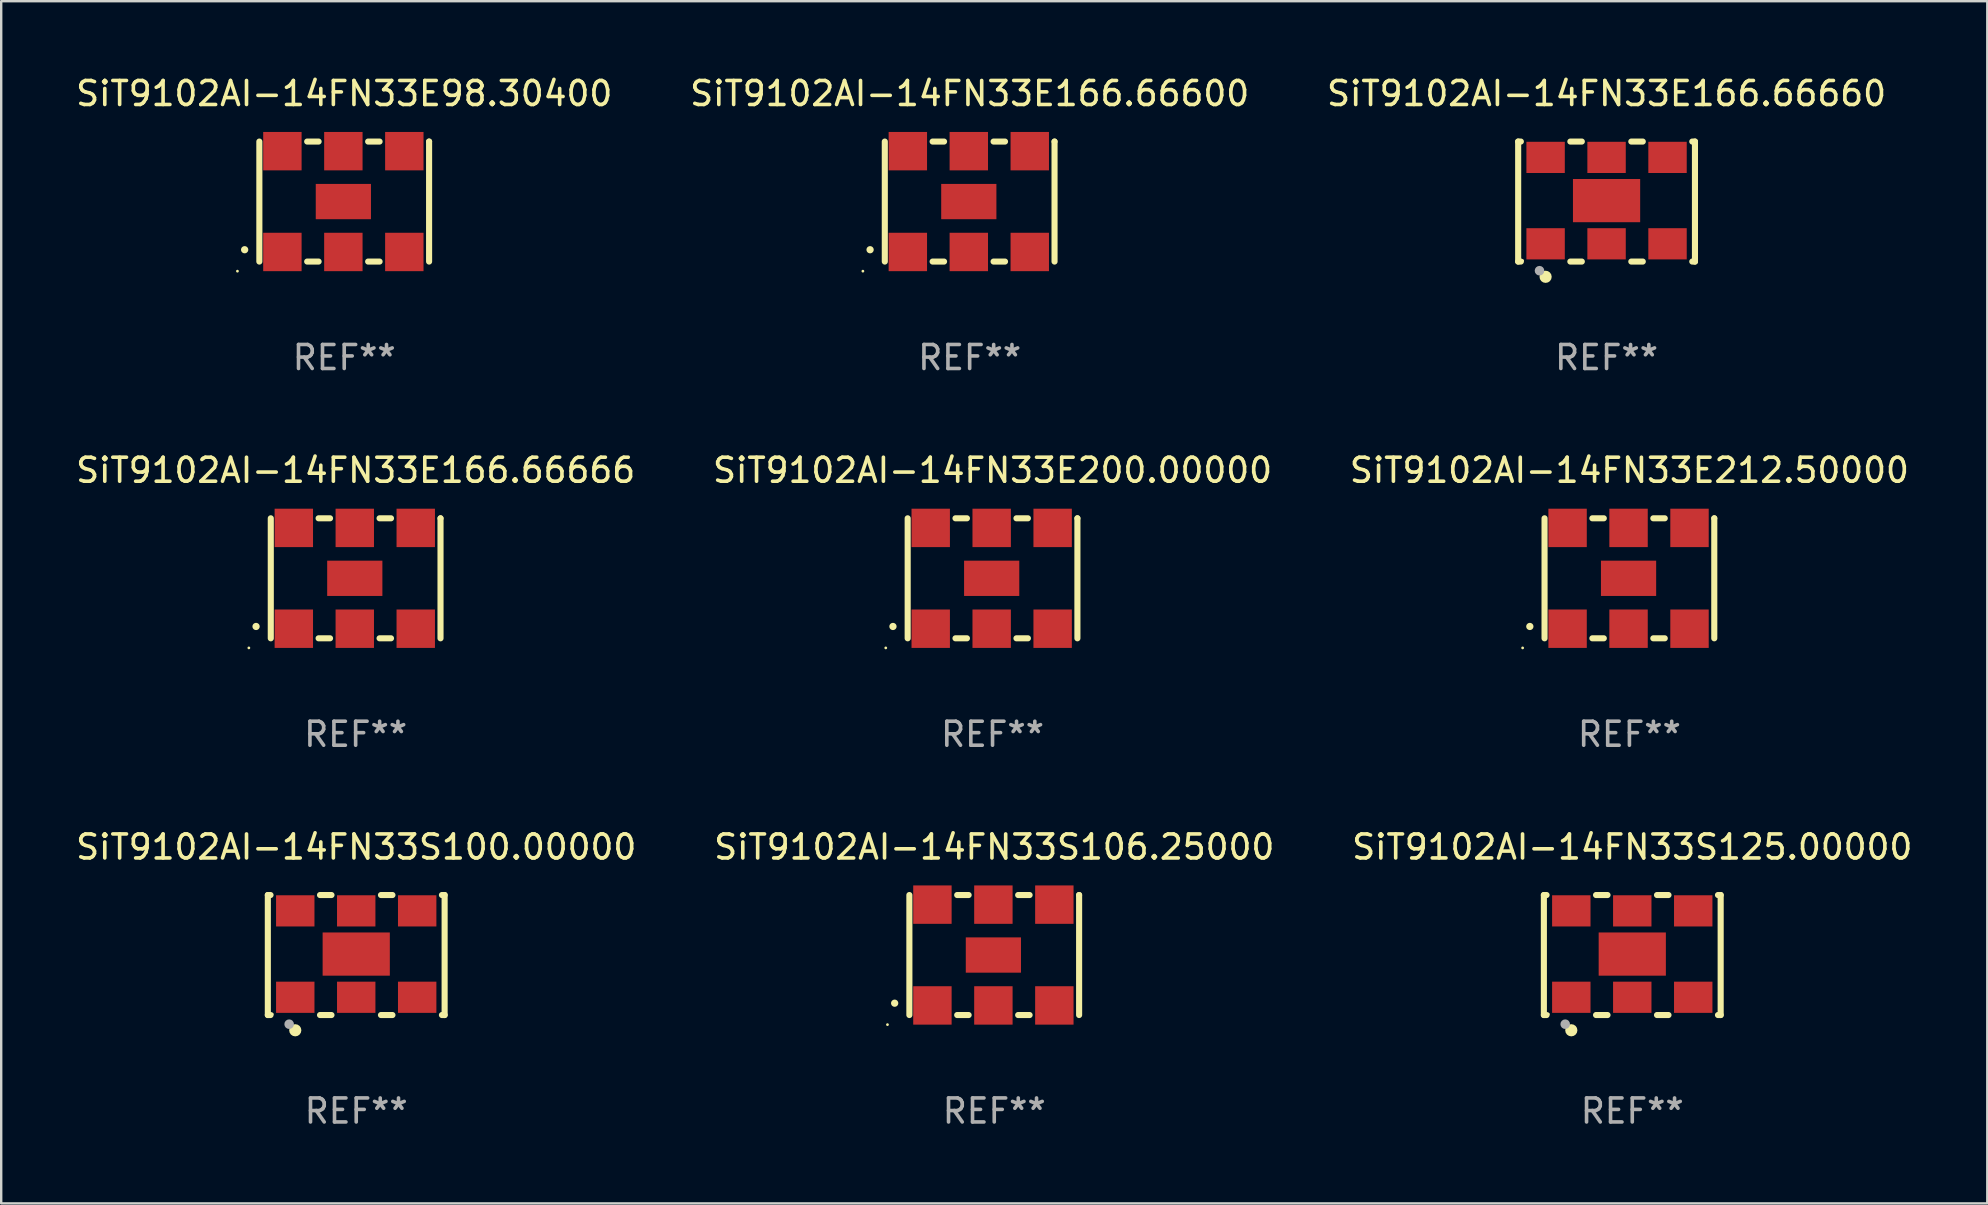
<source format=kicad_pcb>
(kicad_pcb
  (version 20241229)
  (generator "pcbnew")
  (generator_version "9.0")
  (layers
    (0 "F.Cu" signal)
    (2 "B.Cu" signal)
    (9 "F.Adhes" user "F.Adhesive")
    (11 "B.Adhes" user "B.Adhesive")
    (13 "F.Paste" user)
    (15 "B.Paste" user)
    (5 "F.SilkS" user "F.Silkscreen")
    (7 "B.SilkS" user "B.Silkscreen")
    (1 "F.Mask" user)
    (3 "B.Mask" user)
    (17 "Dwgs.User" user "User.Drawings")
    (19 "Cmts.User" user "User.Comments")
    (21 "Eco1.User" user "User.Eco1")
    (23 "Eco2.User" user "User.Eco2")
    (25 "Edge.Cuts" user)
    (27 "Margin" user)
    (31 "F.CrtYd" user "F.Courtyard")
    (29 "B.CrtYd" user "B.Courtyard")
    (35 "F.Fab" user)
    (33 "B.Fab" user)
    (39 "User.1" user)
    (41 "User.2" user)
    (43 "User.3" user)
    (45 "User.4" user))
  (footprint "SiT9102AI-14FN33E166.66600"
    (layer "F.Cu")
    (at 37.351 5.348)
    (property "Reference" "SiT9102AI-14FN33E166.66600" (at 0 -4.5 0) (layer "F.SilkS") (effects (font (size 1 1) (thickness 0.15))))
    (attr through_hole)
    (fp_line (start -3.536 -2.5) (end -3.536 2.5) (stroke (width 0.254) (type solid)) (layer "F.SilkS"))
    (fp_line (start -1.544 2.5) (end -1.067 2.5) (stroke (width 0.254) (type solid)) (layer "F.SilkS"))
    (fp_line (start -1.067 -2.5) (end -1.544 -2.5) (stroke (width 0.254) (type solid)) (layer "F.SilkS"))
    (fp_line (start 0.996 2.5) (end 1.473 2.5) (stroke (width 0.254) (type solid)) (layer "F.SilkS"))
    (fp_line (start 1.473 -2.5) (end 0.996 -2.5) (stroke (width 0.254) (type solid)) (layer "F.SilkS"))
    (fp_line (start 3.536 -2.5) (end 3.536 -2.5) (stroke (width 0.254) (type solid)) (layer "F.SilkS"))
    (fp_line (start 3.536 2.5) (end 3.536 -2.5) (stroke (width 0.254) (type solid)) (layer "F.SilkS"))
    (fp_arc (start -4.150432 2.006604) (mid -4.149162 2.006599) (end -4.147892 2.006604) (stroke (width 0.3) (type solid)) (layer "F.SilkS"))
    (fp_circle (center -4.449 2.9) (end -4.419 2.9) (stroke (width 0.06) (type solid)) (fill no) (layer "F.SilkS"))
    (fp_text user "REF**" (at 0 6.5 0) (layer "F.Fab") (effects (font (size 1 1) (thickness 0.15))))
    (pad "1" smd rect (at -2.576 2.1) (size 1.6 1.6) (layers "F.Cu" "F.Mask" "F.Paste"))
    (pad "2" smd rect (at -0.036 2.1) (size 1.6 1.6) (layers "F.Cu" "F.Mask" "F.Paste"))
    (pad "3" smd rect (at 2.504 2.1) (size 1.6 1.6) (layers "F.Cu" "F.Mask" "F.Paste"))
    (pad "4" smd rect (at 2.504 -2.1) (size 1.6 1.6) (layers "F.Cu" "F.Mask" "F.Paste"))
    (pad "5" smd rect (at -0.036 -2.1) (size 1.6 1.6) (layers "F.Cu" "F.Mask" "F.Paste"))
    (pad "6" smd rect (at -2.576 -2.1) (size 1.6 1.6) (layers "F.Cu" "F.Mask" "F.Paste"))
    (pad "7" smd rect (at -0.036 0) (size 2.3 1.47) (layers "F.Cu" "F.Mask" "F.Paste")))
  (footprint "SiT9102AI-14FN33E166.66660"
    (layer "F.Cu")
    (at 63.887 5.348)
    (property "Reference" "SiT9102AI-14FN33E166.66660" (at 0 -4.5 0) (layer "F.SilkS") (effects (font (size 1 1) (thickness 0.15))))
    (attr through_hole)
    (fp_line (start -3.683 -2.5) (end -3.571 -2.5) (stroke (width 0.254) (type solid)) (layer "F.SilkS"))
    (fp_line (start -3.683 2.5) (end -3.683 -2.5) (stroke (width 0.254) (type solid)) (layer "F.SilkS"))
    (fp_line (start -3.683 2.5) (end -3.571 2.5) (stroke (width 0.254) (type solid)) (layer "F.SilkS"))
    (fp_line (start -1.509 -2.5) (end -1.031 -2.5) (stroke (width 0.254) (type solid)) (layer "F.SilkS"))
    (fp_line (start -1.509 2.5) (end -1.031 2.5) (stroke (width 0.254) (type solid)) (layer "F.SilkS"))
    (fp_line (start 1.031 -2.5) (end 1.509 -2.5) (stroke (width 0.254) (type solid)) (layer "F.SilkS"))
    (fp_line (start 1.031 2.5) (end 1.509 2.5) (stroke (width 0.254) (type solid)) (layer "F.SilkS"))
    (fp_line (start 3.571 -2.5) (end 3.683 -2.5) (stroke (width 0.254) (type solid)) (layer "F.SilkS"))
    (fp_line (start 3.571 2.5) (end 3.683 2.5) (stroke (width 0.254) (type solid)) (layer "F.SilkS"))
    (fp_line (start 3.683 2.5) (end 3.683 -2.5) (stroke (width 0.254) (type solid)) (layer "F.SilkS"))
    (fp_circle (center -3.5 2.46) (end -3.47 2.46) (stroke (width 0.06) (type solid)) (fill no) (layer "F.SilkS"))
    (fp_circle (center -2.54 3.135) (end -2.413 3.135) (stroke (width 0.254) (type solid)) (fill no) (layer "F.SilkS"))
    (fp_circle (center -2.794 2.881) (end -2.694 2.881) (stroke (width 0.2) (type solid)) (fill no) (layer "F.Fab"))
    (fp_text user "REF**" (at 0 6.5 0) (layer "F.Fab") (effects (font (size 1 1) (thickness 0.15))))
    (pad "1" smd rect (at -2.54 1.76) (size 1.6 1.3) (layers "F.Cu" "F.Mask" "F.Paste"))
    (pad "2" smd rect (at 0 1.76) (size 1.6 1.3) (layers "F.Cu" "F.Mask" "F.Paste"))
    (pad "3" smd rect (at 2.54 1.76) (size 1.6 1.3) (layers "F.Cu" "F.Mask" "F.Paste"))
    (pad "4" smd rect (at 2.54 -1.84) (size 1.6 1.3) (layers "F.Cu" "F.Mask" "F.Paste"))
    (pad "5" smd rect (at 0 -1.84) (size 1.6 1.3) (layers "F.Cu" "F.Mask" "F.Paste"))
    (pad "6" smd rect (at -2.54 -1.84) (size 1.6 1.3) (layers "F.Cu" "F.Mask" "F.Paste"))
    (pad "7" smd rect (at 0 -0.04) (size 2.8 1.8) (layers "F.Cu" "F.Mask" "F.Paste")))
  (footprint "SiT9102AI-14FN33S106.25000"
    (layer "F.Cu")
    (at 38.375 36.741)
    (property "Reference" "SiT9102AI-14FN33S106.25000" (at 0 -4.5 0) (layer "F.SilkS") (effects (font (size 1 1) (thickness 0.15))))
    (attr through_hole)
    (fp_line (start -3.536 -2.5) (end -3.536 2.5) (stroke (width 0.254) (type solid)) (layer "F.SilkS"))
    (fp_line (start -1.544 2.5) (end -1.067 2.5) (stroke (width 0.254) (type solid)) (layer "F.SilkS"))
    (fp_line (start -1.067 -2.5) (end -1.544 -2.5) (stroke (width 0.254) (type solid)) (layer "F.SilkS"))
    (fp_line (start 0.996 2.5) (end 1.473 2.5) (stroke (width 0.254) (type solid)) (layer "F.SilkS"))
    (fp_line (start 1.473 -2.5) (end 0.996 -2.5) (stroke (width 0.254) (type solid)) (layer "F.SilkS"))
    (fp_line (start 3.536 -2.5) (end 3.536 -2.5) (stroke (width 0.254) (type solid)) (layer "F.SilkS"))
    (fp_line (start 3.536 2.5) (end 3.536 -2.5) (stroke (width 0.254) (type solid)) (layer "F.SilkS"))
    (fp_arc (start -4.150432 2.006604) (mid -4.149162 2.006599) (end -4.147892 2.006604) (stroke (width 0.3) (type solid)) (layer "F.SilkS"))
    (fp_circle (center -4.449 2.9) (end -4.419 2.9) (stroke (width 0.06) (type solid)) (fill no) (layer "F.SilkS"))
    (fp_text user "REF**" (at 0 6.5 0) (layer "F.Fab") (effects (font (size 1 1) (thickness 0.15))))
    (pad "1" smd rect (at -2.576 2.1) (size 1.6 1.6) (layers "F.Cu" "F.Mask" "F.Paste"))
    (pad "2" smd rect (at -0.036 2.1) (size 1.6 1.6) (layers "F.Cu" "F.Mask" "F.Paste"))
    (pad "3" smd rect (at 2.504 2.1) (size 1.6 1.6) (layers "F.Cu" "F.Mask" "F.Paste"))
    (pad "4" smd rect (at 2.504 -2.1) (size 1.6 1.6) (layers "F.Cu" "F.Mask" "F.Paste"))
    (pad "5" smd rect (at -0.036 -2.1) (size 1.6 1.6) (layers "F.Cu" "F.Mask" "F.Paste"))
    (pad "6" smd rect (at -2.576 -2.1) (size 1.6 1.6) (layers "F.Cu" "F.Mask" "F.Paste"))
    (pad "7" smd rect (at -0.036 0) (size 2.3 1.47) (layers "F.Cu" "F.Mask" "F.Paste")))
  (footprint "SiT9102AI-14FN33E98.30400"
    (layer "F.Cu")
    (at 11.292 5.348)
    (property "Reference" "SiT9102AI-14FN33E98.30400" (at 0 -4.5 0) (layer "F.SilkS") (effects (font (size 1 1) (thickness 0.15))))
    (attr through_hole)
    (fp_line (start -3.536 -2.5) (end -3.536 2.5) (stroke (width 0.254) (type solid)) (layer "F.SilkS"))
    (fp_line (start -1.544 2.5) (end -1.067 2.5) (stroke (width 0.254) (type solid)) (layer "F.SilkS"))
    (fp_line (start -1.067 -2.5) (end -1.544 -2.5) (stroke (width 0.254) (type solid)) (layer "F.SilkS"))
    (fp_line (start 0.996 2.5) (end 1.473 2.5) (stroke (width 0.254) (type solid)) (layer "F.SilkS"))
    (fp_line (start 1.473 -2.5) (end 0.996 -2.5) (stroke (width 0.254) (type solid)) (layer "F.SilkS"))
    (fp_line (start 3.536 -2.5) (end 3.536 -2.5) (stroke (width 0.254) (type solid)) (layer "F.SilkS"))
    (fp_line (start 3.536 2.5) (end 3.536 -2.5) (stroke (width 0.254) (type solid)) (layer "F.SilkS"))
    (fp_arc (start -4.150432 2.006604) (mid -4.149162 2.006599) (end -4.147892 2.006604) (stroke (width 0.3) (type solid)) (layer "F.SilkS"))
    (fp_circle (center -4.449 2.9) (end -4.419 2.9) (stroke (width 0.06) (type solid)) (fill no) (layer "F.SilkS"))
    (fp_text user "REF**" (at 0 6.5 0) (layer "F.Fab") (effects (font (size 1 1) (thickness 0.15))))
    (pad "1" smd rect (at -2.576 2.1) (size 1.6 1.6) (layers "F.Cu" "F.Mask" "F.Paste"))
    (pad "2" smd rect (at -0.036 2.1) (size 1.6 1.6) (layers "F.Cu" "F.Mask" "F.Paste"))
    (pad "3" smd rect (at 2.504 2.1) (size 1.6 1.6) (layers "F.Cu" "F.Mask" "F.Paste"))
    (pad "4" smd rect (at 2.504 -2.1) (size 1.6 1.6) (layers "F.Cu" "F.Mask" "F.Paste"))
    (pad "5" smd rect (at -0.036 -2.1) (size 1.6 1.6) (layers "F.Cu" "F.Mask" "F.Paste"))
    (pad "6" smd rect (at -2.576 -2.1) (size 1.6 1.6) (layers "F.Cu" "F.Mask" "F.Paste"))
    (pad "7" smd rect (at -0.036 0) (size 2.3 1.47) (layers "F.Cu" "F.Mask" "F.Paste")))
  (footprint "SiT9102AI-14FN33E166.66666"
    (layer "F.Cu")
    (at 11.768 21.045)
    (property "Reference" "SiT9102AI-14FN33E166.66666" (at 0 -4.5 0) (layer "F.SilkS") (effects (font (size 1 1) (thickness 0.15))))
    (attr through_hole)
    (fp_line (start -3.536 -2.5) (end -3.536 2.5) (stroke (width 0.254) (type solid)) (layer "F.SilkS"))
    (fp_line (start -1.544 2.5) (end -1.067 2.5) (stroke (width 0.254) (type solid)) (layer "F.SilkS"))
    (fp_line (start -1.067 -2.5) (end -1.544 -2.5) (stroke (width 0.254) (type solid)) (layer "F.SilkS"))
    (fp_line (start 0.996 2.5) (end 1.473 2.5) (stroke (width 0.254) (type solid)) (layer "F.SilkS"))
    (fp_line (start 1.473 -2.5) (end 0.996 -2.5) (stroke (width 0.254) (type solid)) (layer "F.SilkS"))
    (fp_line (start 3.536 -2.5) (end 3.536 -2.5) (stroke (width 0.254) (type solid)) (layer "F.SilkS"))
    (fp_line (start 3.536 2.5) (end 3.536 -2.5) (stroke (width 0.254) (type solid)) (layer "F.SilkS"))
    (fp_arc (start -4.150432 2.006604) (mid -4.149162 2.006599) (end -4.147892 2.006604) (stroke (width 0.3) (type solid)) (layer "F.SilkS"))
    (fp_circle (center -4.449 2.9) (end -4.419 2.9) (stroke (width 0.06) (type solid)) (fill no) (layer "F.SilkS"))
    (fp_text user "REF**" (at 0 6.5 0) (layer "F.Fab") (effects (font (size 1 1) (thickness 0.15))))
    (pad "1" smd rect (at -2.576 2.1) (size 1.6 1.6) (layers "F.Cu" "F.Mask" "F.Paste"))
    (pad "2" smd rect (at -0.036 2.1) (size 1.6 1.6) (layers "F.Cu" "F.Mask" "F.Paste"))
    (pad "3" smd rect (at 2.504 2.1) (size 1.6 1.6) (layers "F.Cu" "F.Mask" "F.Paste"))
    (pad "4" smd rect (at 2.504 -2.1) (size 1.6 1.6) (layers "F.Cu" "F.Mask" "F.Paste"))
    (pad "5" smd rect (at -0.036 -2.1) (size 1.6 1.6) (layers "F.Cu" "F.Mask" "F.Paste"))
    (pad "6" smd rect (at -2.576 -2.1) (size 1.6 1.6) (layers "F.Cu" "F.Mask" "F.Paste"))
    (pad "7" smd rect (at -0.036 0) (size 2.3 1.47) (layers "F.Cu" "F.Mask" "F.Paste")))
  (footprint "SiT9102AI-14FN33E200.00000"
    (layer "F.Cu")
    (at 38.304 21.045)
    (property "Reference" "SiT9102AI-14FN33E200.00000" (at 0 -4.5 0) (layer "F.SilkS") (effects (font (size 1 1) (thickness 0.15))))
    (attr through_hole)
    (fp_line (start -3.536 -2.5) (end -3.536 2.5) (stroke (width 0.254) (type solid)) (layer "F.SilkS"))
    (fp_line (start -1.544 2.5) (end -1.067 2.5) (stroke (width 0.254) (type solid)) (layer "F.SilkS"))
    (fp_line (start -1.067 -2.5) (end -1.544 -2.5) (stroke (width 0.254) (type solid)) (layer "F.SilkS"))
    (fp_line (start 0.996 2.5) (end 1.473 2.5) (stroke (width 0.254) (type solid)) (layer "F.SilkS"))
    (fp_line (start 1.473 -2.5) (end 0.996 -2.5) (stroke (width 0.254) (type solid)) (layer "F.SilkS"))
    (fp_line (start 3.536 -2.5) (end 3.536 -2.5) (stroke (width 0.254) (type solid)) (layer "F.SilkS"))
    (fp_line (start 3.536 2.5) (end 3.536 -2.5) (stroke (width 0.254) (type solid)) (layer "F.SilkS"))
    (fp_arc (start -4.150432 2.006604) (mid -4.149162 2.006599) (end -4.147892 2.006604) (stroke (width 0.3) (type solid)) (layer "F.SilkS"))
    (fp_circle (center -4.449 2.9) (end -4.419 2.9) (stroke (width 0.06) (type solid)) (fill no) (layer "F.SilkS"))
    (fp_text user "REF**" (at 0 6.5 0) (layer "F.Fab") (effects (font (size 1 1) (thickness 0.15))))
    (pad "1" smd rect (at -2.576 2.1) (size 1.6 1.6) (layers "F.Cu" "F.Mask" "F.Paste"))
    (pad "2" smd rect (at -0.036 2.1) (size 1.6 1.6) (layers "F.Cu" "F.Mask" "F.Paste"))
    (pad "3" smd rect (at 2.504 2.1) (size 1.6 1.6) (layers "F.Cu" "F.Mask" "F.Paste"))
    (pad "4" smd rect (at 2.504 -2.1) (size 1.6 1.6) (layers "F.Cu" "F.Mask" "F.Paste"))
    (pad "5" smd rect (at -0.036 -2.1) (size 1.6 1.6) (layers "F.Cu" "F.Mask" "F.Paste"))
    (pad "6" smd rect (at -2.576 -2.1) (size 1.6 1.6) (layers "F.Cu" "F.Mask" "F.Paste"))
    (pad "7" smd rect (at -0.036 0) (size 2.3 1.47) (layers "F.Cu" "F.Mask" "F.Paste")))
  (footprint "SiT9102AI-14FN33S100.00000"
    (layer "F.Cu")
    (at 11.792 36.741)
    (property "Reference" "SiT9102AI-14FN33S100.00000" (at 0 -4.5 0) (layer "F.SilkS") (effects (font (size 1 1) (thickness 0.15))))
    (attr through_hole)
    (fp_line (start -3.683 -2.5) (end -3.571 -2.5) (stroke (width 0.254) (type solid)) (layer "F.SilkS"))
    (fp_line (start -3.683 2.5) (end -3.683 -2.5) (stroke (width 0.254) (type solid)) (layer "F.SilkS"))
    (fp_line (start -3.683 2.5) (end -3.571 2.5) (stroke (width 0.254) (type solid)) (layer "F.SilkS"))
    (fp_line (start -1.509 -2.5) (end -1.031 -2.5) (stroke (width 0.254) (type solid)) (layer "F.SilkS"))
    (fp_line (start -1.509 2.5) (end -1.031 2.5) (stroke (width 0.254) (type solid)) (layer "F.SilkS"))
    (fp_line (start 1.031 -2.5) (end 1.509 -2.5) (stroke (width 0.254) (type solid)) (layer "F.SilkS"))
    (fp_line (start 1.031 2.5) (end 1.509 2.5) (stroke (width 0.254) (type solid)) (layer "F.SilkS"))
    (fp_line (start 3.571 -2.5) (end 3.683 -2.5) (stroke (width 0.254) (type solid)) (layer "F.SilkS"))
    (fp_line (start 3.571 2.5) (end 3.683 2.5) (stroke (width 0.254) (type solid)) (layer "F.SilkS"))
    (fp_line (start 3.683 2.5) (end 3.683 -2.5) (stroke (width 0.254) (type solid)) (layer "F.SilkS"))
    (fp_circle (center -3.5 2.46) (end -3.47 2.46) (stroke (width 0.06) (type solid)) (fill no) (layer "F.SilkS"))
    (fp_circle (center -2.54 3.135) (end -2.413 3.135) (stroke (width 0.254) (type solid)) (fill no) (layer "F.SilkS"))
    (fp_circle (center -2.794 2.881) (end -2.694 2.881) (stroke (width 0.2) (type solid)) (fill no) (layer "F.Fab"))
    (fp_text user "REF**" (at 0 6.5 0) (layer "F.Fab") (effects (font (size 1 1) (thickness 0.15))))
    (pad "1" smd rect (at -2.54 1.76) (size 1.6 1.3) (layers "F.Cu" "F.Mask" "F.Paste"))
    (pad "2" smd rect (at 0 1.76) (size 1.6 1.3) (layers "F.Cu" "F.Mask" "F.Paste"))
    (pad "3" smd rect (at 2.54 1.76) (size 1.6 1.3) (layers "F.Cu" "F.Mask" "F.Paste"))
    (pad "4" smd rect (at 2.54 -1.84) (size 1.6 1.3) (layers "F.Cu" "F.Mask" "F.Paste"))
    (pad "5" smd rect (at 0 -1.84) (size 1.6 1.3) (layers "F.Cu" "F.Mask" "F.Paste"))
    (pad "6" smd rect (at -2.54 -1.84) (size 1.6 1.3) (layers "F.Cu" "F.Mask" "F.Paste"))
    (pad "7" smd rect (at 0 -0.04) (size 2.8 1.8) (layers "F.Cu" "F.Mask" "F.Paste")))
  (footprint "SiT9102AI-14FN33E212.50000"
    (layer "F.Cu")
    (at 64.839 21.045)
    (property "Reference" "SiT9102AI-14FN33E212.50000" (at 0 -4.5 0) (layer "F.SilkS") (effects (font (size 1 1) (thickness 0.15))))
    (attr through_hole)
    (fp_line (start -3.536 -2.5) (end -3.536 2.5) (stroke (width 0.254) (type solid)) (layer "F.SilkS"))
    (fp_line (start -1.544 2.5) (end -1.067 2.5) (stroke (width 0.254) (type solid)) (layer "F.SilkS"))
    (fp_line (start -1.067 -2.5) (end -1.544 -2.5) (stroke (width 0.254) (type solid)) (layer "F.SilkS"))
    (fp_line (start 0.996 2.5) (end 1.473 2.5) (stroke (width 0.254) (type solid)) (layer "F.SilkS"))
    (fp_line (start 1.473 -2.5) (end 0.996 -2.5) (stroke (width 0.254) (type solid)) (layer "F.SilkS"))
    (fp_line (start 3.536 -2.5) (end 3.536 -2.5) (stroke (width 0.254) (type solid)) (layer "F.SilkS"))
    (fp_line (start 3.536 2.5) (end 3.536 -2.5) (stroke (width 0.254) (type solid)) (layer "F.SilkS"))
    (fp_arc (start -4.150432 2.006604) (mid -4.149162 2.006599) (end -4.147892 2.006604) (stroke (width 0.3) (type solid)) (layer "F.SilkS"))
    (fp_circle (center -4.449 2.9) (end -4.419 2.9) (stroke (width 0.06) (type solid)) (fill no) (layer "F.SilkS"))
    (fp_text user "REF**" (at 0 6.5 0) (layer "F.Fab") (effects (font (size 1 1) (thickness 0.15))))
    (pad "1" smd rect (at -2.576 2.1) (size 1.6 1.6) (layers "F.Cu" "F.Mask" "F.Paste"))
    (pad "2" smd rect (at -0.036 2.1) (size 1.6 1.6) (layers "F.Cu" "F.Mask" "F.Paste"))
    (pad "3" smd rect (at 2.504 2.1) (size 1.6 1.6) (layers "F.Cu" "F.Mask" "F.Paste"))
    (pad "4" smd rect (at 2.504 -2.1) (size 1.6 1.6) (layers "F.Cu" "F.Mask" "F.Paste"))
    (pad "5" smd rect (at -0.036 -2.1) (size 1.6 1.6) (layers "F.Cu" "F.Mask" "F.Paste"))
    (pad "6" smd rect (at -2.576 -2.1) (size 1.6 1.6) (layers "F.Cu" "F.Mask" "F.Paste"))
    (pad "7" smd rect (at -0.036 0) (size 2.3 1.47) (layers "F.Cu" "F.Mask" "F.Paste")))
  (footprint "SiT9102AI-14FN33S125.00000"
    (layer "F.Cu")
    (at 64.958 36.741)
    (property "Reference" "SiT9102AI-14FN33S125.00000" (at 0 -4.5 0) (layer "F.SilkS") (effects (font (size 1 1) (thickness 0.15))))
    (attr through_hole)
    (fp_line (start -3.683 -2.5) (end -3.571 -2.5) (stroke (width 0.254) (type solid)) (layer "F.SilkS"))
    (fp_line (start -3.683 2.5) (end -3.683 -2.5) (stroke (width 0.254) (type solid)) (layer "F.SilkS"))
    (fp_line (start -3.683 2.5) (end -3.571 2.5) (stroke (width 0.254) (type solid)) (layer "F.SilkS"))
    (fp_line (start -1.509 -2.5) (end -1.031 -2.5) (stroke (width 0.254) (type solid)) (layer "F.SilkS"))
    (fp_line (start -1.509 2.5) (end -1.031 2.5) (stroke (width 0.254) (type solid)) (layer "F.SilkS"))
    (fp_line (start 1.031 -2.5) (end 1.509 -2.5) (stroke (width 0.254) (type solid)) (layer "F.SilkS"))
    (fp_line (start 1.031 2.5) (end 1.509 2.5) (stroke (width 0.254) (type solid)) (layer "F.SilkS"))
    (fp_line (start 3.571 -2.5) (end 3.683 -2.5) (stroke (width 0.254) (type solid)) (layer "F.SilkS"))
    (fp_line (start 3.571 2.5) (end 3.683 2.5) (stroke (width 0.254) (type solid)) (layer "F.SilkS"))
    (fp_line (start 3.683 2.5) (end 3.683 -2.5) (stroke (width 0.254) (type solid)) (layer "F.SilkS"))
    (fp_circle (center -3.5 2.46) (end -3.47 2.46) (stroke (width 0.06) (type solid)) (fill no) (layer "F.SilkS"))
    (fp_circle (center -2.54 3.135) (end -2.413 3.135) (stroke (width 0.254) (type solid)) (fill no) (layer "F.SilkS"))
    (fp_circle (center -2.794 2.881) (end -2.694 2.881) (stroke (width 0.2) (type solid)) (fill no) (layer "F.Fab"))
    (fp_text user "REF**" (at 0 6.5 0) (layer "F.Fab") (effects (font (size 1 1) (thickness 0.15))))
    (pad "1" smd rect (at -2.54 1.76) (size 1.6 1.3) (layers "F.Cu" "F.Mask" "F.Paste"))
    (pad "2" smd rect (at 0 1.76) (size 1.6 1.3) (layers "F.Cu" "F.Mask" "F.Paste"))
    (pad "3" smd rect (at 2.54 1.76) (size 1.6 1.3) (layers "F.Cu" "F.Mask" "F.Paste"))
    (pad "4" smd rect (at 2.54 -1.84) (size 1.6 1.3) (layers "F.Cu" "F.Mask" "F.Paste"))
    (pad "5" smd rect (at 0 -1.84) (size 1.6 1.3) (layers "F.Cu" "F.Mask" "F.Paste"))
    (pad "6" smd rect (at -2.54 -1.84) (size 1.6 1.3) (layers "F.Cu" "F.Mask" "F.Paste"))
    (pad "7" smd rect (at 0 -0.04) (size 2.8 1.8) (layers "F.Cu" "F.Mask" "F.Paste")))
  (gr_rect
    (start -3 -3)
    (end 79.75 47.09)
    (stroke (width 0.1) (type default))
    (fill no)
    (layer "Edge.Cuts")))
</source>
